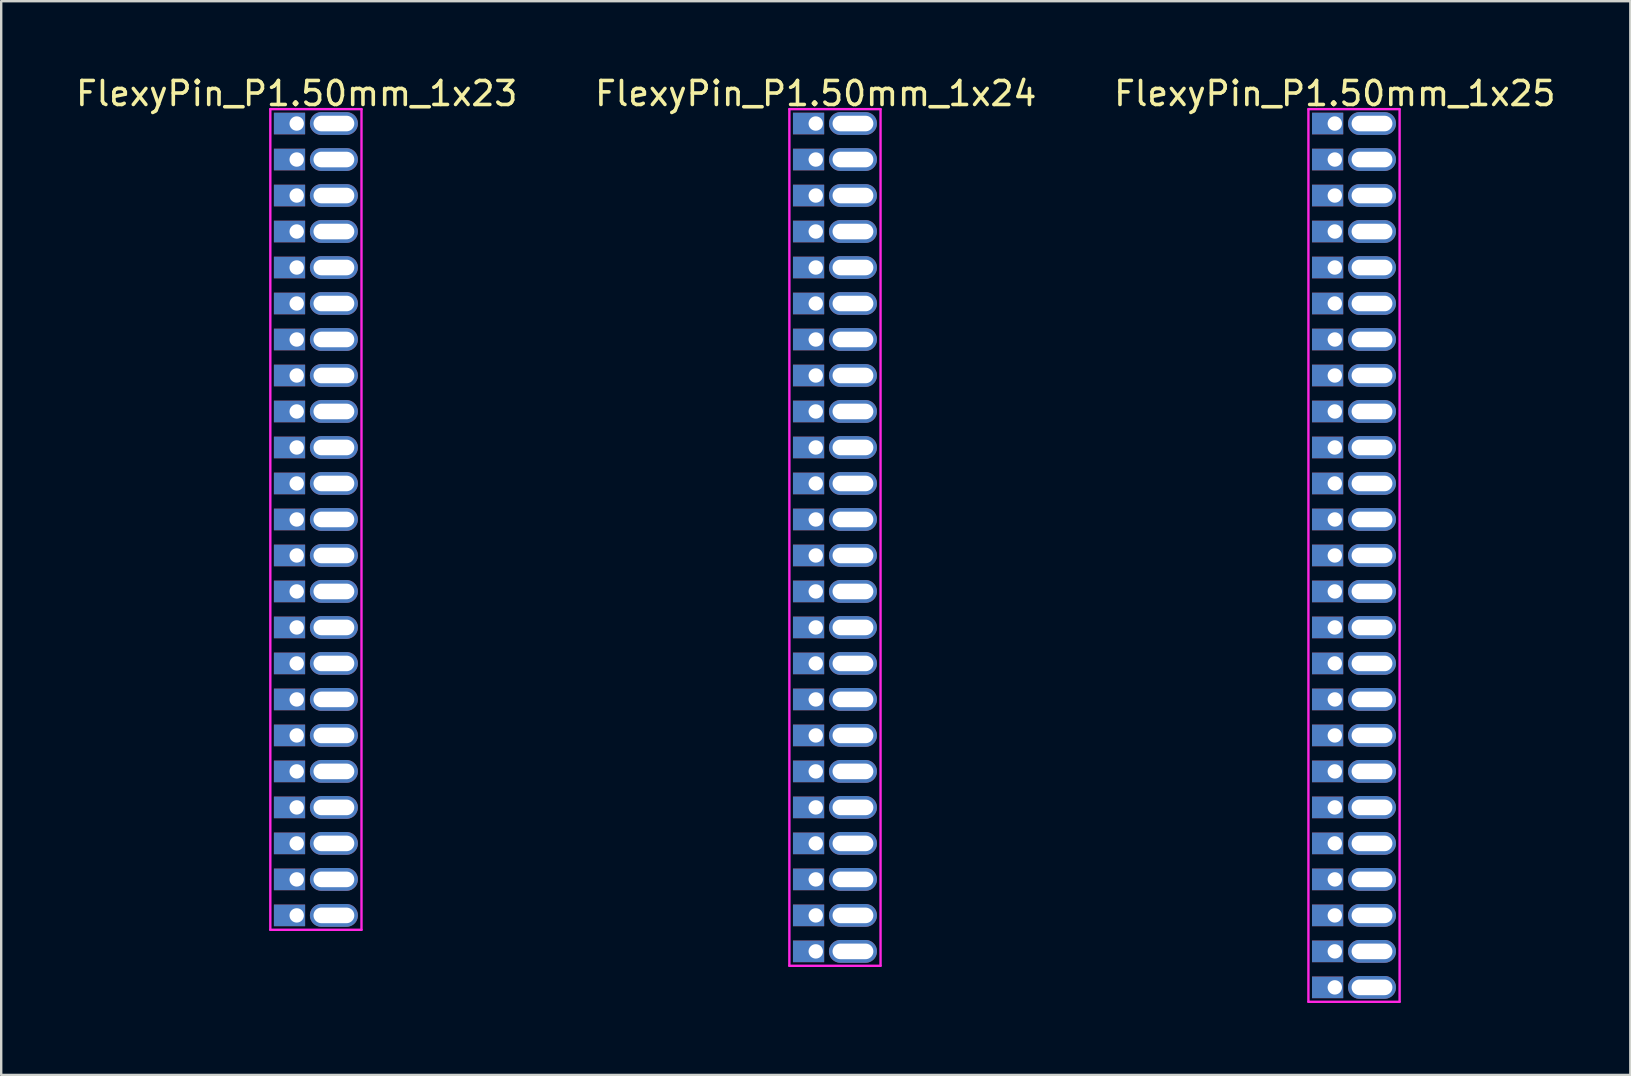
<source format=kicad_pcb>
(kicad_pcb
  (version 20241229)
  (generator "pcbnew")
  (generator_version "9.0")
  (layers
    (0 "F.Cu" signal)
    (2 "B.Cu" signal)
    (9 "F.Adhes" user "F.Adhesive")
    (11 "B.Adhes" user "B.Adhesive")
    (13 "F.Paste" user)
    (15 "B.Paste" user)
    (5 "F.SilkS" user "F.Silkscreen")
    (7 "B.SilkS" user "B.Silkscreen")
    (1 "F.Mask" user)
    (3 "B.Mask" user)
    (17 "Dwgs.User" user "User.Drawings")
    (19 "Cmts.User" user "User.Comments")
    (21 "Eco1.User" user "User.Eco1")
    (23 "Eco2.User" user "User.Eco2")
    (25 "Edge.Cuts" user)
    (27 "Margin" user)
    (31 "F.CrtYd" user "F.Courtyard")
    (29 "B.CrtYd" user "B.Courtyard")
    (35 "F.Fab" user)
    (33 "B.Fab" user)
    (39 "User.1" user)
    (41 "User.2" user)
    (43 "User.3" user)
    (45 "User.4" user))
  (footprint "FlexyPin_P1.50mm_1x23"
    (layer "F.Cu")
    (at 9.315 2.098)
    (property "Reference" "FlexyPin_P1.50mm_1x23" (at 0 -1.25 0) (layer "F.SilkS") (effects (font (size 1 1) (thickness 0.15))))
    (attr through_hole)
    (fp_line (start -1.1 -0.6) (end 2.7 -0.6) (stroke (width 0.1) (type solid)) (layer "F.CrtYd"))
    (fp_line (start -1.1 33.6) (end -1.1 -0.6) (stroke (width 0.1) (type solid)) (layer "F.CrtYd"))
    (fp_line (start 2.7 -0.6) (end 2.7 33.6) (stroke (width 0.1) (type solid)) (layer "F.CrtYd"))
    (fp_line (start 2.7 33.6) (end -1.1 33.6) (stroke (width 0.1) (type solid)) (layer "F.CrtYd"))
    (pad "" thru_hole oval (at 1.55 0) (size 2 0.95) (drill oval 1.7 0.65) (layers "*.Cu" "*.Mask"))
    (pad "" thru_hole oval (at 1.55 1.5) (size 2 0.95) (drill oval 1.7 0.65) (layers "*.Cu" "*.Mask"))
    (pad "" thru_hole oval (at 1.55 3) (size 2 0.95) (drill oval 1.7 0.65) (layers "*.Cu" "*.Mask"))
    (pad "" thru_hole oval (at 1.55 4.5) (size 2 0.95) (drill oval 1.7 0.65) (layers "*.Cu" "*.Mask"))
    (pad "" thru_hole oval (at 1.55 6) (size 2 0.95) (drill oval 1.7 0.65) (layers "*.Cu" "*.Mask"))
    (pad "" thru_hole oval (at 1.55 7.5) (size 2 0.95) (drill oval 1.7 0.65) (layers "*.Cu" "*.Mask"))
    (pad "" thru_hole oval (at 1.55 9) (size 2 0.95) (drill oval 1.7 0.65) (layers "*.Cu" "*.Mask"))
    (pad "" thru_hole oval (at 1.55 10.5) (size 2 0.95) (drill oval 1.7 0.65) (layers "*.Cu" "*.Mask"))
    (pad "" thru_hole oval (at 1.55 12) (size 2 0.95) (drill oval 1.7 0.65) (layers "*.Cu" "*.Mask"))
    (pad "" thru_hole oval (at 1.55 13.5) (size 2 0.95) (drill oval 1.7 0.65) (layers "*.Cu" "*.Mask"))
    (pad "" thru_hole oval (at 1.55 15) (size 2 0.95) (drill oval 1.7 0.65) (layers "*.Cu" "*.Mask"))
    (pad "" thru_hole oval (at 1.55 16.5) (size 2 0.95) (drill oval 1.7 0.65) (layers "*.Cu" "*.Mask"))
    (pad "" thru_hole oval (at 1.55 18) (size 2 0.95) (drill oval 1.7 0.65) (layers "*.Cu" "*.Mask"))
    (pad "" thru_hole oval (at 1.55 19.5) (size 2 0.95) (drill oval 1.7 0.65) (layers "*.Cu" "*.Mask"))
    (pad "" thru_hole oval (at 1.55 21) (size 2 0.95) (drill oval 1.7 0.65) (layers "*.Cu" "*.Mask"))
    (pad "" thru_hole oval (at 1.55 22.5) (size 2 0.95) (drill oval 1.7 0.65) (layers "*.Cu" "*.Mask"))
    (pad "" thru_hole oval (at 1.55 24) (size 2 0.95) (drill oval 1.7 0.65) (layers "*.Cu" "*.Mask"))
    (pad "" thru_hole oval (at 1.55 25.5) (size 2 0.95) (drill oval 1.7 0.65) (layers "*.Cu" "*.Mask"))
    (pad "" thru_hole oval (at 1.55 27) (size 2 0.95) (drill oval 1.7 0.65) (layers "*.Cu" "*.Mask"))
    (pad "" thru_hole oval (at 1.55 28.5) (size 2 0.95) (drill oval 1.7 0.65) (layers "*.Cu" "*.Mask"))
    (pad "" thru_hole oval (at 1.55 30) (size 2 0.95) (drill oval 1.7 0.65) (layers "*.Cu" "*.Mask"))
    (pad "" thru_hole oval (at 1.55 31.5) (size 2 0.95) (drill oval 1.7 0.65) (layers "*.Cu" "*.Mask"))
    (pad "" thru_hole oval (at 1.55 33) (size 2 0.95) (drill oval 1.7 0.65) (layers "*.Cu" "*.Mask"))
    (pad "1" thru_hole rect (at 0 0) (size 1.3 0.9) (drill 0.6 (offset -0.3 0)) (layers "*.Cu" "*.Mask"))
    (pad "2" thru_hole rect (at 0 1.5) (size 1.3 0.9) (drill 0.6 (offset -0.3 0)) (layers "*.Cu" "*.Mask"))
    (pad "3" thru_hole rect (at 0 3) (size 1.3 0.9) (drill 0.6 (offset -0.3 0)) (layers "*.Cu" "*.Mask"))
    (pad "4" thru_hole rect (at 0 4.5) (size 1.3 0.9) (drill 0.6 (offset -0.3 0)) (layers "*.Cu" "*.Mask"))
    (pad "5" thru_hole rect (at 0 6) (size 1.3 0.9) (drill 0.6 (offset -0.3 0)) (layers "*.Cu" "*.Mask"))
    (pad "6" thru_hole rect (at 0 7.5) (size 1.3 0.9) (drill 0.6 (offset -0.3 0)) (layers "*.Cu" "*.Mask"))
    (pad "7" thru_hole rect (at 0 9) (size 1.3 0.9) (drill 0.6 (offset -0.3 0)) (layers "*.Cu" "*.Mask"))
    (pad "8" thru_hole rect (at 0 10.5) (size 1.3 0.9) (drill 0.6 (offset -0.3 0)) (layers "*.Cu" "*.Mask"))
    (pad "9" thru_hole rect (at 0 12) (size 1.3 0.9) (drill 0.6 (offset -0.3 0)) (layers "*.Cu" "*.Mask"))
    (pad "10" thru_hole rect (at 0 13.5) (size 1.3 0.9) (drill 0.6 (offset -0.3 0)) (layers "*.Cu" "*.Mask"))
    (pad "11" thru_hole rect (at 0 15) (size 1.3 0.9) (drill 0.6 (offset -0.3 0)) (layers "*.Cu" "*.Mask"))
    (pad "12" thru_hole rect (at 0 16.5) (size 1.3 0.9) (drill 0.6 (offset -0.3 0)) (layers "*.Cu" "*.Mask"))
    (pad "13" thru_hole rect (at 0 18) (size 1.3 0.9) (drill 0.6 (offset -0.3 0)) (layers "*.Cu" "*.Mask"))
    (pad "14" thru_hole rect (at 0 19.5) (size 1.3 0.9) (drill 0.6 (offset -0.3 0)) (layers "*.Cu" "*.Mask"))
    (pad "15" thru_hole rect (at 0 21) (size 1.3 0.9) (drill 0.6 (offset -0.3 0)) (layers "*.Cu" "*.Mask"))
    (pad "16" thru_hole rect (at 0 22.5) (size 1.3 0.9) (drill 0.6 (offset -0.3 0)) (layers "*.Cu" "*.Mask"))
    (pad "17" thru_hole rect (at 0 24) (size 1.3 0.9) (drill 0.6 (offset -0.3 0)) (layers "*.Cu" "*.Mask"))
    (pad "18" thru_hole rect (at 0 25.5) (size 1.3 0.9) (drill 0.6 (offset -0.3 0)) (layers "*.Cu" "*.Mask"))
    (pad "19" thru_hole rect (at 0 27) (size 1.3 0.9) (drill 0.6 (offset -0.3 0)) (layers "*.Cu" "*.Mask"))
    (pad "20" thru_hole rect (at 0 28.5) (size 1.3 0.9) (drill 0.6 (offset -0.3 0)) (layers "*.Cu" "*.Mask"))
    (pad "21" thru_hole rect (at 0 30) (size 1.3 0.9) (drill 0.6 (offset -0.3 0)) (layers "*.Cu" "*.Mask"))
    (pad "22" thru_hole rect (at 0 31.5) (size 1.3 0.9) (drill 0.6 (offset -0.3 0)) (layers "*.Cu" "*.Mask"))
    (pad "23" thru_hole rect (at 0 33) (size 1.3 0.9) (drill 0.6 (offset -0.3 0)) (layers "*.Cu" "*.Mask")))
  (footprint "FlexyPin_P1.50mm_1x24"
    (layer "F.Cu")
    (at 30.946 2.098)
    (property "Reference" "FlexyPin_P1.50mm_1x24" (at 0 -1.25 0) (layer "F.SilkS") (effects (font (size 1 1) (thickness 0.15))))
    (attr through_hole)
    (fp_line (start -1.1 -0.6) (end 2.7 -0.6) (stroke (width 0.1) (type solid)) (layer "F.CrtYd"))
    (fp_line (start -1.1 35.1) (end -1.1 -0.6) (stroke (width 0.1) (type solid)) (layer "F.CrtYd"))
    (fp_line (start 2.7 -0.6) (end 2.7 35.1) (stroke (width 0.1) (type solid)) (layer "F.CrtYd"))
    (fp_line (start 2.7 35.1) (end -1.1 35.1) (stroke (width 0.1) (type solid)) (layer "F.CrtYd"))
    (pad "" thru_hole oval (at 1.55 0) (size 2 0.95) (drill oval 1.7 0.65) (layers "*.Cu" "*.Mask"))
    (pad "" thru_hole oval (at 1.55 1.5) (size 2 0.95) (drill oval 1.7 0.65) (layers "*.Cu" "*.Mask"))
    (pad "" thru_hole oval (at 1.55 3) (size 2 0.95) (drill oval 1.7 0.65) (layers "*.Cu" "*.Mask"))
    (pad "" thru_hole oval (at 1.55 4.5) (size 2 0.95) (drill oval 1.7 0.65) (layers "*.Cu" "*.Mask"))
    (pad "" thru_hole oval (at 1.55 6) (size 2 0.95) (drill oval 1.7 0.65) (layers "*.Cu" "*.Mask"))
    (pad "" thru_hole oval (at 1.55 7.5) (size 2 0.95) (drill oval 1.7 0.65) (layers "*.Cu" "*.Mask"))
    (pad "" thru_hole oval (at 1.55 9) (size 2 0.95) (drill oval 1.7 0.65) (layers "*.Cu" "*.Mask"))
    (pad "" thru_hole oval (at 1.55 10.5) (size 2 0.95) (drill oval 1.7 0.65) (layers "*.Cu" "*.Mask"))
    (pad "" thru_hole oval (at 1.55 12) (size 2 0.95) (drill oval 1.7 0.65) (layers "*.Cu" "*.Mask"))
    (pad "" thru_hole oval (at 1.55 13.5) (size 2 0.95) (drill oval 1.7 0.65) (layers "*.Cu" "*.Mask"))
    (pad "" thru_hole oval (at 1.55 15) (size 2 0.95) (drill oval 1.7 0.65) (layers "*.Cu" "*.Mask"))
    (pad "" thru_hole oval (at 1.55 16.5) (size 2 0.95) (drill oval 1.7 0.65) (layers "*.Cu" "*.Mask"))
    (pad "" thru_hole oval (at 1.55 18) (size 2 0.95) (drill oval 1.7 0.65) (layers "*.Cu" "*.Mask"))
    (pad "" thru_hole oval (at 1.55 19.5) (size 2 0.95) (drill oval 1.7 0.65) (layers "*.Cu" "*.Mask"))
    (pad "" thru_hole oval (at 1.55 21) (size 2 0.95) (drill oval 1.7 0.65) (layers "*.Cu" "*.Mask"))
    (pad "" thru_hole oval (at 1.55 22.5) (size 2 0.95) (drill oval 1.7 0.65) (layers "*.Cu" "*.Mask"))
    (pad "" thru_hole oval (at 1.55 24) (size 2 0.95) (drill oval 1.7 0.65) (layers "*.Cu" "*.Mask"))
    (pad "" thru_hole oval (at 1.55 25.5) (size 2 0.95) (drill oval 1.7 0.65) (layers "*.Cu" "*.Mask"))
    (pad "" thru_hole oval (at 1.55 27) (size 2 0.95) (drill oval 1.7 0.65) (layers "*.Cu" "*.Mask"))
    (pad "" thru_hole oval (at 1.55 28.5) (size 2 0.95) (drill oval 1.7 0.65) (layers "*.Cu" "*.Mask"))
    (pad "" thru_hole oval (at 1.55 30) (size 2 0.95) (drill oval 1.7 0.65) (layers "*.Cu" "*.Mask"))
    (pad "" thru_hole oval (at 1.55 31.5) (size 2 0.95) (drill oval 1.7 0.65) (layers "*.Cu" "*.Mask"))
    (pad "" thru_hole oval (at 1.55 33) (size 2 0.95) (drill oval 1.7 0.65) (layers "*.Cu" "*.Mask"))
    (pad "" thru_hole oval (at 1.55 34.5) (size 2 0.95) (drill oval 1.7 0.65) (layers "*.Cu" "*.Mask"))
    (pad "1" thru_hole rect (at 0 0) (size 1.3 0.9) (drill 0.6 (offset -0.3 0)) (layers "*.Cu" "*.Mask"))
    (pad "2" thru_hole rect (at 0 1.5) (size 1.3 0.9) (drill 0.6 (offset -0.3 0)) (layers "*.Cu" "*.Mask"))
    (pad "3" thru_hole rect (at 0 3) (size 1.3 0.9) (drill 0.6 (offset -0.3 0)) (layers "*.Cu" "*.Mask"))
    (pad "4" thru_hole rect (at 0 4.5) (size 1.3 0.9) (drill 0.6 (offset -0.3 0)) (layers "*.Cu" "*.Mask"))
    (pad "5" thru_hole rect (at 0 6) (size 1.3 0.9) (drill 0.6 (offset -0.3 0)) (layers "*.Cu" "*.Mask"))
    (pad "6" thru_hole rect (at 0 7.5) (size 1.3 0.9) (drill 0.6 (offset -0.3 0)) (layers "*.Cu" "*.Mask"))
    (pad "7" thru_hole rect (at 0 9) (size 1.3 0.9) (drill 0.6 (offset -0.3 0)) (layers "*.Cu" "*.Mask"))
    (pad "8" thru_hole rect (at 0 10.5) (size 1.3 0.9) (drill 0.6 (offset -0.3 0)) (layers "*.Cu" "*.Mask"))
    (pad "9" thru_hole rect (at 0 12) (size 1.3 0.9) (drill 0.6 (offset -0.3 0)) (layers "*.Cu" "*.Mask"))
    (pad "10" thru_hole rect (at 0 13.5) (size 1.3 0.9) (drill 0.6 (offset -0.3 0)) (layers "*.Cu" "*.Mask"))
    (pad "11" thru_hole rect (at 0 15) (size 1.3 0.9) (drill 0.6 (offset -0.3 0)) (layers "*.Cu" "*.Mask"))
    (pad "12" thru_hole rect (at 0 16.5) (size 1.3 0.9) (drill 0.6 (offset -0.3 0)) (layers "*.Cu" "*.Mask"))
    (pad "13" thru_hole rect (at 0 18) (size 1.3 0.9) (drill 0.6 (offset -0.3 0)) (layers "*.Cu" "*.Mask"))
    (pad "14" thru_hole rect (at 0 19.5) (size 1.3 0.9) (drill 0.6 (offset -0.3 0)) (layers "*.Cu" "*.Mask"))
    (pad "15" thru_hole rect (at 0 21) (size 1.3 0.9) (drill 0.6 (offset -0.3 0)) (layers "*.Cu" "*.Mask"))
    (pad "16" thru_hole rect (at 0 22.5) (size 1.3 0.9) (drill 0.6 (offset -0.3 0)) (layers "*.Cu" "*.Mask"))
    (pad "17" thru_hole rect (at 0 24) (size 1.3 0.9) (drill 0.6 (offset -0.3 0)) (layers "*.Cu" "*.Mask"))
    (pad "18" thru_hole rect (at 0 25.5) (size 1.3 0.9) (drill 0.6 (offset -0.3 0)) (layers "*.Cu" "*.Mask"))
    (pad "19" thru_hole rect (at 0 27) (size 1.3 0.9) (drill 0.6 (offset -0.3 0)) (layers "*.Cu" "*.Mask"))
    (pad "20" thru_hole rect (at 0 28.5) (size 1.3 0.9) (drill 0.6 (offset -0.3 0)) (layers "*.Cu" "*.Mask"))
    (pad "21" thru_hole rect (at 0 30) (size 1.3 0.9) (drill 0.6 (offset -0.3 0)) (layers "*.Cu" "*.Mask"))
    (pad "22" thru_hole rect (at 0 31.5) (size 1.3 0.9) (drill 0.6 (offset -0.3 0)) (layers "*.Cu" "*.Mask"))
    (pad "23" thru_hole rect (at 0 33) (size 1.3 0.9) (drill 0.6 (offset -0.3 0)) (layers "*.Cu" "*.Mask"))
    (pad "24" thru_hole rect (at 0 34.5) (size 1.3 0.9) (drill 0.6 (offset -0.3 0)) (layers "*.Cu" "*.Mask")))
  (footprint "FlexyPin_P1.50mm_1x25"
    (layer "F.Cu")
    (at 52.577 2.098)
    (property "Reference" "FlexyPin_P1.50mm_1x25" (at 0 -1.25 0) (layer "F.SilkS") (effects (font (size 1 1) (thickness 0.15))))
    (attr through_hole)
    (fp_line (start -1.1 -0.6) (end 2.7 -0.6) (stroke (width 0.1) (type solid)) (layer "F.CrtYd"))
    (fp_line (start -1.1 36.6) (end -1.1 -0.6) (stroke (width 0.1) (type solid)) (layer "F.CrtYd"))
    (fp_line (start 2.7 -0.6) (end 2.7 36.6) (stroke (width 0.1) (type solid)) (layer "F.CrtYd"))
    (fp_line (start 2.7 36.6) (end -1.1 36.6) (stroke (width 0.1) (type solid)) (layer "F.CrtYd"))
    (pad "" thru_hole oval (at 1.55 0) (size 2 0.95) (drill oval 1.7 0.65) (layers "*.Cu" "*.Mask"))
    (pad "" thru_hole oval (at 1.55 1.5) (size 2 0.95) (drill oval 1.7 0.65) (layers "*.Cu" "*.Mask"))
    (pad "" thru_hole oval (at 1.55 3) (size 2 0.95) (drill oval 1.7 0.65) (layers "*.Cu" "*.Mask"))
    (pad "" thru_hole oval (at 1.55 4.5) (size 2 0.95) (drill oval 1.7 0.65) (layers "*.Cu" "*.Mask"))
    (pad "" thru_hole oval (at 1.55 6) (size 2 0.95) (drill oval 1.7 0.65) (layers "*.Cu" "*.Mask"))
    (pad "" thru_hole oval (at 1.55 7.5) (size 2 0.95) (drill oval 1.7 0.65) (layers "*.Cu" "*.Mask"))
    (pad "" thru_hole oval (at 1.55 9) (size 2 0.95) (drill oval 1.7 0.65) (layers "*.Cu" "*.Mask"))
    (pad "" thru_hole oval (at 1.55 10.5) (size 2 0.95) (drill oval 1.7 0.65) (layers "*.Cu" "*.Mask"))
    (pad "" thru_hole oval (at 1.55 12) (size 2 0.95) (drill oval 1.7 0.65) (layers "*.Cu" "*.Mask"))
    (pad "" thru_hole oval (at 1.55 13.5) (size 2 0.95) (drill oval 1.7 0.65) (layers "*.Cu" "*.Mask"))
    (pad "" thru_hole oval (at 1.55 15) (size 2 0.95) (drill oval 1.7 0.65) (layers "*.Cu" "*.Mask"))
    (pad "" thru_hole oval (at 1.55 16.5) (size 2 0.95) (drill oval 1.7 0.65) (layers "*.Cu" "*.Mask"))
    (pad "" thru_hole oval (at 1.55 18) (size 2 0.95) (drill oval 1.7 0.65) (layers "*.Cu" "*.Mask"))
    (pad "" thru_hole oval (at 1.55 19.5) (size 2 0.95) (drill oval 1.7 0.65) (layers "*.Cu" "*.Mask"))
    (pad "" thru_hole oval (at 1.55 21) (size 2 0.95) (drill oval 1.7 0.65) (layers "*.Cu" "*.Mask"))
    (pad "" thru_hole oval (at 1.55 22.5) (size 2 0.95) (drill oval 1.7 0.65) (layers "*.Cu" "*.Mask"))
    (pad "" thru_hole oval (at 1.55 24) (size 2 0.95) (drill oval 1.7 0.65) (layers "*.Cu" "*.Mask"))
    (pad "" thru_hole oval (at 1.55 25.5) (size 2 0.95) (drill oval 1.7 0.65) (layers "*.Cu" "*.Mask"))
    (pad "" thru_hole oval (at 1.55 27) (size 2 0.95) (drill oval 1.7 0.65) (layers "*.Cu" "*.Mask"))
    (pad "" thru_hole oval (at 1.55 28.5) (size 2 0.95) (drill oval 1.7 0.65) (layers "*.Cu" "*.Mask"))
    (pad "" thru_hole oval (at 1.55 30) (size 2 0.95) (drill oval 1.7 0.65) (layers "*.Cu" "*.Mask"))
    (pad "" thru_hole oval (at 1.55 31.5) (size 2 0.95) (drill oval 1.7 0.65) (layers "*.Cu" "*.Mask"))
    (pad "" thru_hole oval (at 1.55 33) (size 2 0.95) (drill oval 1.7 0.65) (layers "*.Cu" "*.Mask"))
    (pad "" thru_hole oval (at 1.55 34.5) (size 2 0.95) (drill oval 1.7 0.65) (layers "*.Cu" "*.Mask"))
    (pad "" thru_hole oval (at 1.55 36) (size 2 0.95) (drill oval 1.7 0.65) (layers "*.Cu" "*.Mask"))
    (pad "1" thru_hole rect (at 0 0) (size 1.3 0.9) (drill 0.6 (offset -0.3 0)) (layers "*.Cu" "*.Mask"))
    (pad "2" thru_hole rect (at 0 1.5) (size 1.3 0.9) (drill 0.6 (offset -0.3 0)) (layers "*.Cu" "*.Mask"))
    (pad "3" thru_hole rect (at 0 3) (size 1.3 0.9) (drill 0.6 (offset -0.3 0)) (layers "*.Cu" "*.Mask"))
    (pad "4" thru_hole rect (at 0 4.5) (size 1.3 0.9) (drill 0.6 (offset -0.3 0)) (layers "*.Cu" "*.Mask"))
    (pad "5" thru_hole rect (at 0 6) (size 1.3 0.9) (drill 0.6 (offset -0.3 0)) (layers "*.Cu" "*.Mask"))
    (pad "6" thru_hole rect (at 0 7.5) (size 1.3 0.9) (drill 0.6 (offset -0.3 0)) (layers "*.Cu" "*.Mask"))
    (pad "7" thru_hole rect (at 0 9) (size 1.3 0.9) (drill 0.6 (offset -0.3 0)) (layers "*.Cu" "*.Mask"))
    (pad "8" thru_hole rect (at 0 10.5) (size 1.3 0.9) (drill 0.6 (offset -0.3 0)) (layers "*.Cu" "*.Mask"))
    (pad "9" thru_hole rect (at 0 12) (size 1.3 0.9) (drill 0.6 (offset -0.3 0)) (layers "*.Cu" "*.Mask"))
    (pad "10" thru_hole rect (at 0 13.5) (size 1.3 0.9) (drill 0.6 (offset -0.3 0)) (layers "*.Cu" "*.Mask"))
    (pad "11" thru_hole rect (at 0 15) (size 1.3 0.9) (drill 0.6 (offset -0.3 0)) (layers "*.Cu" "*.Mask"))
    (pad "12" thru_hole rect (at 0 16.5) (size 1.3 0.9) (drill 0.6 (offset -0.3 0)) (layers "*.Cu" "*.Mask"))
    (pad "13" thru_hole rect (at 0 18) (size 1.3 0.9) (drill 0.6 (offset -0.3 0)) (layers "*.Cu" "*.Mask"))
    (pad "14" thru_hole rect (at 0 19.5) (size 1.3 0.9) (drill 0.6 (offset -0.3 0)) (layers "*.Cu" "*.Mask"))
    (pad "15" thru_hole rect (at 0 21) (size 1.3 0.9) (drill 0.6 (offset -0.3 0)) (layers "*.Cu" "*.Mask"))
    (pad "16" thru_hole rect (at 0 22.5) (size 1.3 0.9) (drill 0.6 (offset -0.3 0)) (layers "*.Cu" "*.Mask"))
    (pad "17" thru_hole rect (at 0 24) (size 1.3 0.9) (drill 0.6 (offset -0.3 0)) (layers "*.Cu" "*.Mask"))
    (pad "18" thru_hole rect (at 0 25.5) (size 1.3 0.9) (drill 0.6 (offset -0.3 0)) (layers "*.Cu" "*.Mask"))
    (pad "19" thru_hole rect (at 0 27) (size 1.3 0.9) (drill 0.6 (offset -0.3 0)) (layers "*.Cu" "*.Mask"))
    (pad "20" thru_hole rect (at 0 28.5) (size 1.3 0.9) (drill 0.6 (offset -0.3 0)) (layers "*.Cu" "*.Mask"))
    (pad "21" thru_hole rect (at 0 30) (size 1.3 0.9) (drill 0.6 (offset -0.3 0)) (layers "*.Cu" "*.Mask"))
    (pad "22" thru_hole rect (at 0 31.5) (size 1.3 0.9) (drill 0.6 (offset -0.3 0)) (layers "*.Cu" "*.Mask"))
    (pad "23" thru_hole rect (at 0 33) (size 1.3 0.9) (drill 0.6 (offset -0.3 0)) (layers "*.Cu" "*.Mask"))
    (pad "24" thru_hole rect (at 0 34.5) (size 1.3 0.9) (drill 0.6 (offset -0.3 0)) (layers "*.Cu" "*.Mask"))
    (pad "25" thru_hole rect (at 0 36) (size 1.3 0.9) (drill 0.6 (offset -0.3 0)) (layers "*.Cu" "*.Mask")))
  (gr_rect
    (start -3 -3)
    (end 64.893 41.748)
    (stroke (width 0.1) (type default))
    (fill no)
    (layer "Edge.Cuts")))
</source>
